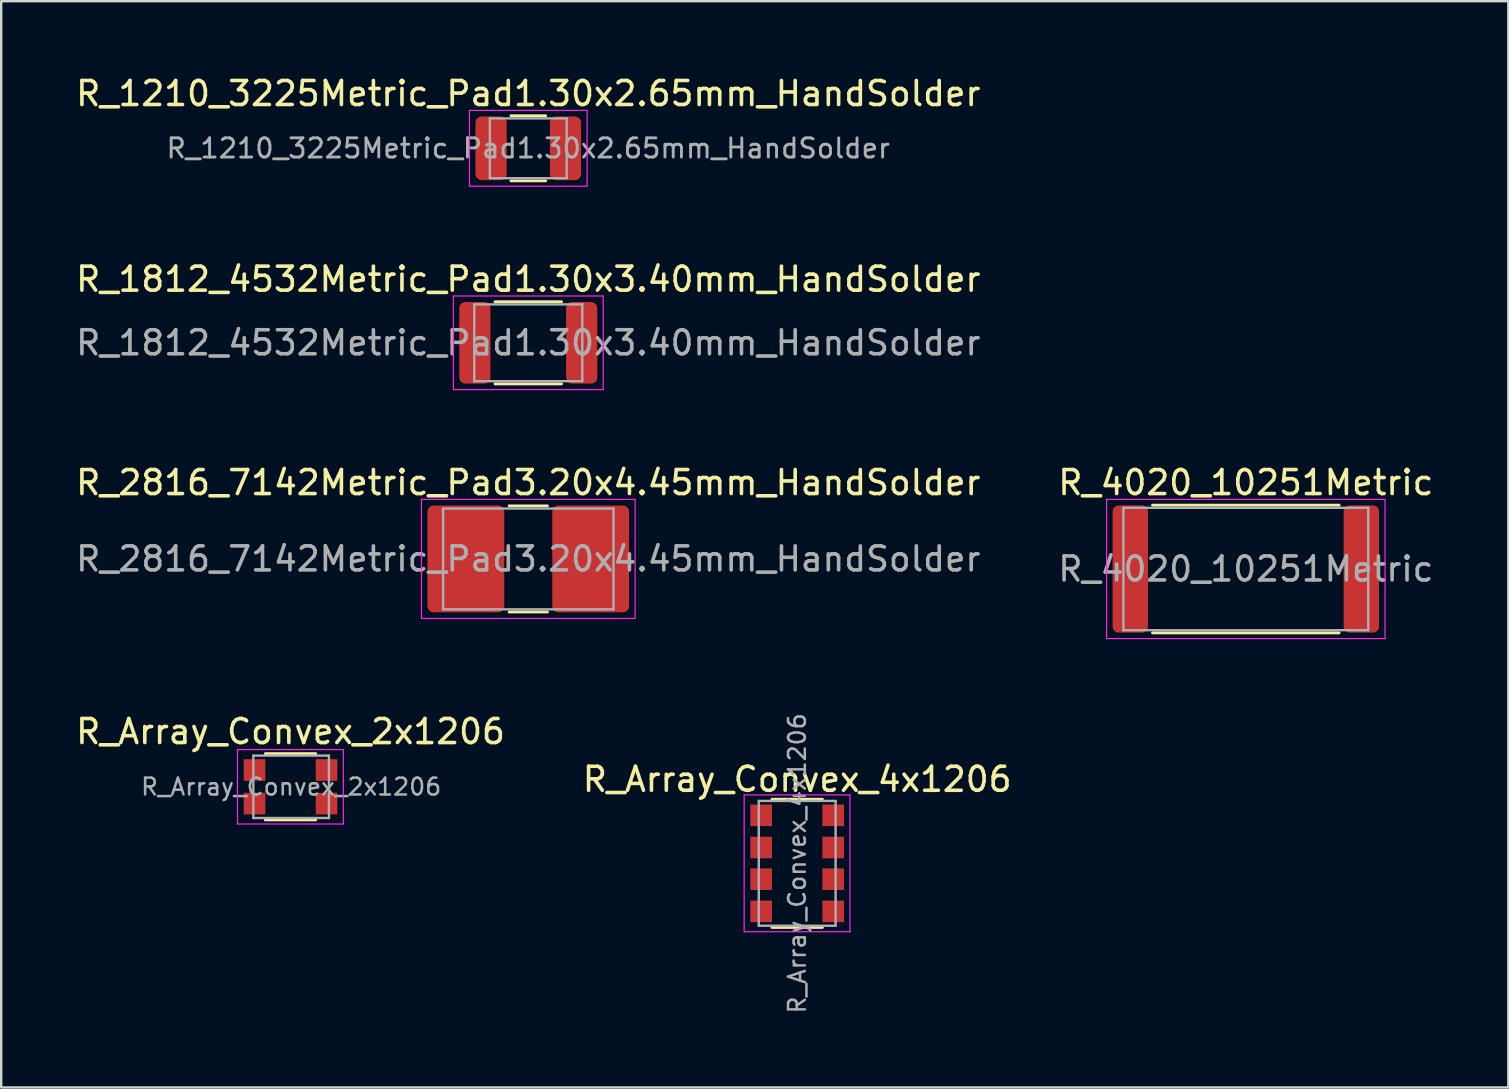
<source format=kicad_pcb>
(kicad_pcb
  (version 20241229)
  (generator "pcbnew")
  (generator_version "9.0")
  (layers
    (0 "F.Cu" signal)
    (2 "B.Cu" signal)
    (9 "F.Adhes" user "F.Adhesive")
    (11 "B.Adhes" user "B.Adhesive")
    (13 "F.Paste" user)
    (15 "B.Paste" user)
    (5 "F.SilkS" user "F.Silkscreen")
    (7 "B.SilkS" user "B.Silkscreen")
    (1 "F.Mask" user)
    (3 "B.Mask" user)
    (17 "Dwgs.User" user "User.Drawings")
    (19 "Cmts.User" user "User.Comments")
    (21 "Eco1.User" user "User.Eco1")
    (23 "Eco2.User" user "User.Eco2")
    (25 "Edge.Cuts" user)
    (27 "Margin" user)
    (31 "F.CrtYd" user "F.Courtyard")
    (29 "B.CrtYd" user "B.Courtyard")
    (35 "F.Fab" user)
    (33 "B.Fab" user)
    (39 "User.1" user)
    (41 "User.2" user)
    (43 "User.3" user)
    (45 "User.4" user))
  (footprint "R_4020_10251Metric"
    (layer "F.Cu")
    (at 48.851 20.655)
    (property "Reference" "R_4020_10251Metric" (at 0 -3.6 0) (layer "F.SilkS") (effects (font (size 1 1) (thickness 0.15))))
    (attr smd)
    (fp_line (start -3.886 -2.66) (end 3.886 -2.66) (stroke (width 0.12) (type solid)) (layer "F.SilkS"))
    (fp_line (start -3.886 2.66) (end 3.886 2.66) (stroke (width 0.12) (type solid)) (layer "F.SilkS"))
    (fp_line (start -5.8 -2.9) (end 5.8 -2.9) (stroke (width 0.05) (type solid)) (layer "F.CrtYd"))
    (fp_line (start -5.8 2.9) (end -5.8 -2.9) (stroke (width 0.05) (type solid)) (layer "F.CrtYd"))
    (fp_line (start 5.8 -2.9) (end 5.8 2.9) (stroke (width 0.05) (type solid)) (layer "F.CrtYd"))
    (fp_line (start 5.8 2.9) (end -5.8 2.9) (stroke (width 0.05) (type solid)) (layer "F.CrtYd"))
    (fp_line (start -5.1 -2.55) (end 5.1 -2.55) (stroke (width 0.1) (type solid)) (layer "F.Fab"))
    (fp_line (start -5.1 2.55) (end -5.1 -2.55) (stroke (width 0.1) (type solid)) (layer "F.Fab"))
    (fp_line (start 5.1 -2.55) (end 5.1 2.55) (stroke (width 0.1) (type solid)) (layer "F.Fab"))
    (fp_line (start 5.1 2.55) (end -5.1 2.55) (stroke (width 0.1) (type solid)) (layer "F.Fab"))
    (fp_text user "${REFERENCE}" (at 0 0 0) (layer "F.Fab") (effects (font (size 1 1) (thickness 0.15))))
    (pad "1" smd roundrect (at -4.812 0) (size 1.475 5.3) (layers "F.Cu" "F.Mask" "F.Paste") (roundrect_rratio 0.169))
    (pad "2" smd roundrect (at 4.812 0) (size 1.475 5.3) (layers "F.Cu" "F.Mask" "F.Paste") (roundrect_rratio 0.169)))
  (footprint "R_1210_3225Metric_Pad1.30x2.65mm_HandSolder"
    (layer "F.Cu")
    (at 18.958 3.128)
    (property "Reference" "R_1210_3225Metric_Pad1.30x2.65mm_HandSolder" (at 0 -2.28 0) (layer "F.SilkS") (effects (font (size 1 1) (thickness 0.15))))
    (attr smd)
    (fp_line (start -0.724 -1.355) (end 0.724 -1.355) (stroke (width 0.12) (type solid)) (layer "F.SilkS"))
    (fp_line (start -0.724 1.355) (end 0.724 1.355) (stroke (width 0.12) (type solid)) (layer "F.SilkS"))
    (fp_line (start -2.45 -1.58) (end 2.45 -1.58) (stroke (width 0.05) (type solid)) (layer "F.CrtYd"))
    (fp_line (start -2.45 1.58) (end -2.45 -1.58) (stroke (width 0.05) (type solid)) (layer "F.CrtYd"))
    (fp_line (start 2.45 -1.58) (end 2.45 1.58) (stroke (width 0.05) (type solid)) (layer "F.CrtYd"))
    (fp_line (start 2.45 1.58) (end -2.45 1.58) (stroke (width 0.05) (type solid)) (layer "F.CrtYd"))
    (fp_line (start -1.6 -1.245) (end 1.6 -1.245) (stroke (width 0.1) (type solid)) (layer "F.Fab"))
    (fp_line (start -1.6 1.245) (end -1.6 -1.245) (stroke (width 0.1) (type solid)) (layer "F.Fab"))
    (fp_line (start 1.6 -1.245) (end 1.6 1.245) (stroke (width 0.1) (type solid)) (layer "F.Fab"))
    (fp_line (start 1.6 1.245) (end -1.6 1.245) (stroke (width 0.1) (type solid)) (layer "F.Fab"))
    (fp_text user "${REFERENCE}" (at 0 0 0) (layer "F.Fab") (effects (font (size 0.8 0.8) (thickness 0.12))))
    (pad "1" smd roundrect (at -1.55 0) (size 1.3 2.65) (layers "F.Cu" "F.Mask" "F.Paste") (roundrect_rratio 0.192))
    (pad "2" smd roundrect (at 1.55 0) (size 1.3 2.65) (layers "F.Cu" "F.Mask" "F.Paste") (roundrect_rratio 0.192)))
  (footprint "R_2816_7142Metric_Pad3.20x4.45mm_HandSolder"
    (layer "F.Cu")
    (at 18.958 20.235)
    (property "Reference" "R_2816_7142Metric_Pad3.20x4.45mm_HandSolder" (at 0 -3.18 0) (layer "F.SilkS") (effects (font (size 1 1) (thickness 0.15))))
    (attr smd)
    (fp_line (start -0.797 -2.21) (end 0.797 -2.21) (stroke (width 0.12) (type solid)) (layer "F.SilkS"))
    (fp_line (start -0.797 2.21) (end 0.797 2.21) (stroke (width 0.12) (type solid)) (layer "F.SilkS"))
    (fp_line (start -4.45 -2.48) (end 4.45 -2.48) (stroke (width 0.05) (type solid)) (layer "F.CrtYd"))
    (fp_line (start -4.45 2.48) (end -4.45 -2.48) (stroke (width 0.05) (type solid)) (layer "F.CrtYd"))
    (fp_line (start 4.45 -2.48) (end 4.45 2.48) (stroke (width 0.05) (type solid)) (layer "F.CrtYd"))
    (fp_line (start 4.45 2.48) (end -4.45 2.48) (stroke (width 0.05) (type solid)) (layer "F.CrtYd"))
    (fp_line (start -3.55 -2.1) (end 3.55 -2.1) (stroke (width 0.1) (type solid)) (layer "F.Fab"))
    (fp_line (start -3.55 2.1) (end -3.55 -2.1) (stroke (width 0.1) (type solid)) (layer "F.Fab"))
    (fp_line (start 3.55 -2.1) (end 3.55 2.1) (stroke (width 0.1) (type solid)) (layer "F.Fab"))
    (fp_line (start 3.55 2.1) (end -3.55 2.1) (stroke (width 0.1) (type solid)) (layer "F.Fab"))
    (fp_text user "${REFERENCE}" (at 0 0 0) (layer "F.Fab") (effects (font (size 1 1) (thickness 0.15))))
    (pad "1" smd roundrect (at -2.6 0) (size 3.2 4.45) (layers "F.Cu" "F.Mask" "F.Paste") (roundrect_rratio 0.078))
    (pad "2" smd roundrect (at 2.6 0) (size 3.2 4.45) (layers "F.Cu" "F.Mask" "F.Paste") (roundrect_rratio 0.078)))
  (footprint "R_1812_4532Metric_Pad1.30x3.40mm_HandSolder"
    (layer "F.Cu")
    (at 18.958 11.232)
    (property "Reference" "R_1812_4532Metric_Pad1.30x3.40mm_HandSolder" (at 0 -2.65 0) (layer "F.SilkS") (effects (font (size 1 1) (thickness 0.15))))
    (attr smd)
    (fp_line (start -1.386 -1.71) (end 1.386 -1.71) (stroke (width 0.12) (type solid)) (layer "F.SilkS"))
    (fp_line (start -1.386 1.71) (end 1.386 1.71) (stroke (width 0.12) (type solid)) (layer "F.SilkS"))
    (fp_line (start -3.12 -1.95) (end 3.12 -1.95) (stroke (width 0.05) (type solid)) (layer "F.CrtYd"))
    (fp_line (start -3.12 1.95) (end -3.12 -1.95) (stroke (width 0.05) (type solid)) (layer "F.CrtYd"))
    (fp_line (start 3.12 -1.95) (end 3.12 1.95) (stroke (width 0.05) (type solid)) (layer "F.CrtYd"))
    (fp_line (start 3.12 1.95) (end -3.12 1.95) (stroke (width 0.05) (type solid)) (layer "F.CrtYd"))
    (fp_line (start -2.25 -1.6) (end 2.25 -1.6) (stroke (width 0.1) (type solid)) (layer "F.Fab"))
    (fp_line (start -2.25 1.6) (end -2.25 -1.6) (stroke (width 0.1) (type solid)) (layer "F.Fab"))
    (fp_line (start 2.25 -1.6) (end 2.25 1.6) (stroke (width 0.1) (type solid)) (layer "F.Fab"))
    (fp_line (start 2.25 1.6) (end -2.25 1.6) (stroke (width 0.1) (type solid)) (layer "F.Fab"))
    (fp_text user "${REFERENCE}" (at 0 0 0) (layer "F.Fab") (effects (font (size 1 1) (thickness 0.15))))
    (pad "1" smd roundrect (at -2.225 0) (size 1.3 3.4) (layers "F.Cu" "F.Mask" "F.Paste") (roundrect_rratio 0.192))
    (pad "2" smd roundrect (at 2.225 0) (size 1.3 3.4) (layers "F.Cu" "F.Mask" "F.Paste") (roundrect_rratio 0.192)))
  (footprint "R_Array_Convex_4x1206"
    (layer "F.Cu")
    (at 30.161 32.917)
    (property "Reference" "R_Array_Convex_4x1206" (at 0 -3.5 0) (layer "F.SilkS") (effects (font (size 1 1) (thickness 0.15))))
    (attr smd)
    (fp_line (start 1.05 -2.67) (end -1.05 -2.67) (stroke (width 0.12) (type solid)) (layer "F.SilkS"))
    (fp_line (start 1.05 2.67) (end -1.05 2.67) (stroke (width 0.12) (type solid)) (layer "F.SilkS"))
    (fp_line (start -2.21 -2.85) (end -2.21 2.85) (stroke (width 0.05) (type solid)) (layer "F.CrtYd"))
    (fp_line (start -2.21 -2.85) (end 2.2 -2.85) (stroke (width 0.05) (type solid)) (layer "F.CrtYd"))
    (fp_line (start 2.2 2.85) (end -2.21 2.85) (stroke (width 0.05) (type solid)) (layer "F.CrtYd"))
    (fp_line (start 2.2 2.85) (end 2.2 -2.85) (stroke (width 0.05) (type solid)) (layer "F.CrtYd"))
    (fp_line (start -1.6 -2.6) (end -1.6 2.6) (stroke (width 0.1) (type solid)) (layer "F.Fab"))
    (fp_line (start -1.6 2.6) (end 1.6 2.6) (stroke (width 0.1) (type solid)) (layer "F.Fab"))
    (fp_line (start 1.6 -2.6) (end -1.6 -2.6) (stroke (width 0.1) (type solid)) (layer "F.Fab"))
    (fp_line (start 1.6 2.6) (end 1.6 -2.6) (stroke (width 0.1) (type solid)) (layer "F.Fab"))
    (fp_text user "${REFERENCE}" (at 0 0 90) (layer "F.Fab") (effects (font (size 0.7 0.7) (thickness 0.105))))
    (pad "1" smd rect (at -1.5 -2) (size 0.9 0.9) (layers "F.Cu" "F.Mask" "F.Paste"))
    (pad "2" smd rect (at -1.5 -0.66) (size 0.9 0.9) (layers "F.Cu" "F.Mask" "F.Paste"))
    (pad "3" smd rect (at -1.5 0.66) (size 0.9 0.9) (layers "F.Cu" "F.Mask" "F.Paste"))
    (pad "4" smd rect (at -1.5 2) (size 0.9 0.9) (layers "F.Cu" "F.Mask" "F.Paste"))
    (pad "5" smd rect (at 1.5 2) (size 0.9 0.9) (layers "F.Cu" "F.Mask" "F.Paste"))
    (pad "6" smd rect (at 1.5 0.66) (size 0.9 0.9) (layers "F.Cu" "F.Mask" "F.Paste"))
    (pad "7" smd rect (at 1.5 -0.66) (size 0.9 0.9) (layers "F.Cu" "F.Mask" "F.Paste"))
    (pad "8" smd rect (at 1.5 -2) (size 0.9 0.9) (layers "F.Cu" "F.Mask" "F.Paste")))
  (footprint "R_Array_Convex_2x1206"
    (layer "F.Cu")
    (at 9.054 29.728)
    (property "Reference" "R_Array_Convex_2x1206" (at 0 -2.3 0) (layer "F.SilkS") (effects (font (size 1 1) (thickness 0.15))))
    (attr smd)
    (fp_line (start 1.05 -1.38) (end -1.05 -1.38) (stroke (width 0.12) (type solid)) (layer "F.SilkS"))
    (fp_line (start 1.05 1.38) (end -1.05 1.38) (stroke (width 0.12) (type solid)) (layer "F.SilkS"))
    (fp_line (start -2.21 -1.55) (end -2.21 1.55) (stroke (width 0.05) (type solid)) (layer "F.CrtYd"))
    (fp_line (start -2.21 -1.55) (end 2.2 -1.55) (stroke (width 0.05) (type solid)) (layer "F.CrtYd"))
    (fp_line (start 2.2 1.55) (end -2.21 1.55) (stroke (width 0.05) (type solid)) (layer "F.CrtYd"))
    (fp_line (start 2.2 1.55) (end 2.2 -1.55) (stroke (width 0.05) (type solid)) (layer "F.CrtYd"))
    (fp_line (start -1.55 -1.3) (end 1.6 -1.3) (stroke (width 0.1) (type solid)) (layer "F.Fab"))
    (fp_line (start -1.55 1.3) (end -1.55 -1.3) (stroke (width 0.1) (type solid)) (layer "F.Fab"))
    (fp_line (start 1.6 -1.3) (end 1.6 1.3) (stroke (width 0.1) (type solid)) (layer "F.Fab"))
    (fp_line (start 1.6 1.3) (end -1.55 1.3) (stroke (width 0.1) (type solid)) (layer "F.Fab"))
    (fp_text user "${REFERENCE}" (at 0.025 0 0) (layer "F.Fab") (effects (font (size 0.7 0.7) (thickness 0.105))))
    (pad "1" smd rect (at -1.5 -0.7) (size 0.9 0.9) (layers "F.Cu" "F.Mask" "F.Paste"))
    (pad "2" smd rect (at -1.5 0.7) (size 0.9 0.9) (layers "F.Cu" "F.Mask" "F.Paste"))
    (pad "3" smd rect (at 1.5 0.7) (size 0.9 0.9) (layers "F.Cu" "F.Mask" "F.Paste"))
    (pad "4" smd rect (at 1.5 -0.7) (size 0.9 0.9) (layers "F.Cu" "F.Mask" "F.Paste")))
  (gr_rect
    (start -3 -3)
    (end 59.786 42.255)
    (stroke (width 0.1) (type default))
    (fill no)
    (layer "Edge.Cuts")))
</source>
